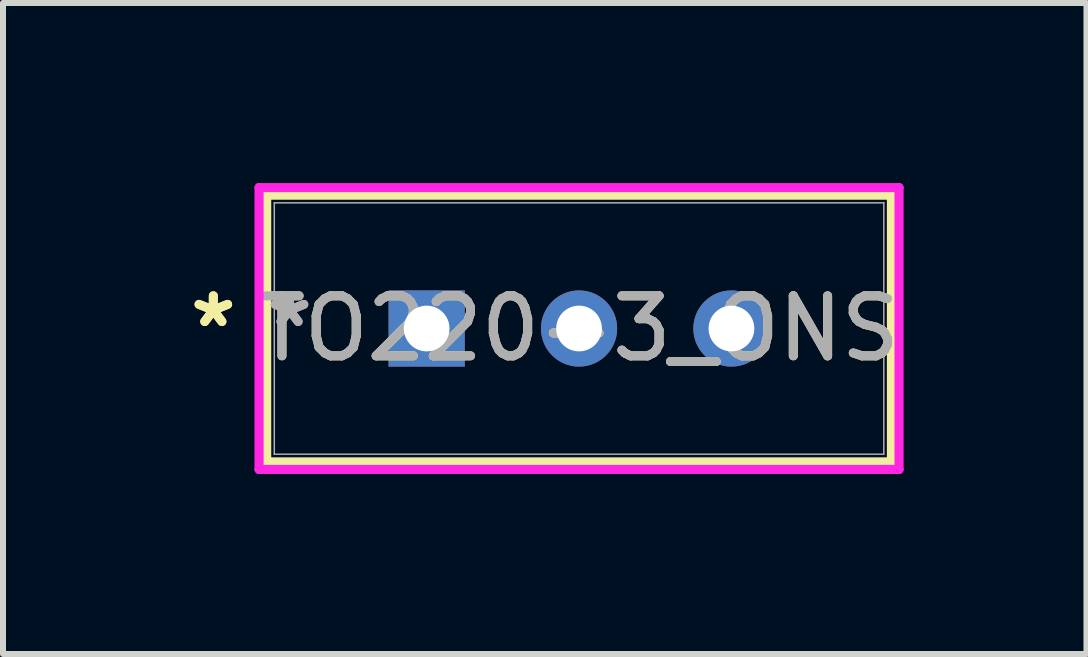
<source format=kicad_pcb>
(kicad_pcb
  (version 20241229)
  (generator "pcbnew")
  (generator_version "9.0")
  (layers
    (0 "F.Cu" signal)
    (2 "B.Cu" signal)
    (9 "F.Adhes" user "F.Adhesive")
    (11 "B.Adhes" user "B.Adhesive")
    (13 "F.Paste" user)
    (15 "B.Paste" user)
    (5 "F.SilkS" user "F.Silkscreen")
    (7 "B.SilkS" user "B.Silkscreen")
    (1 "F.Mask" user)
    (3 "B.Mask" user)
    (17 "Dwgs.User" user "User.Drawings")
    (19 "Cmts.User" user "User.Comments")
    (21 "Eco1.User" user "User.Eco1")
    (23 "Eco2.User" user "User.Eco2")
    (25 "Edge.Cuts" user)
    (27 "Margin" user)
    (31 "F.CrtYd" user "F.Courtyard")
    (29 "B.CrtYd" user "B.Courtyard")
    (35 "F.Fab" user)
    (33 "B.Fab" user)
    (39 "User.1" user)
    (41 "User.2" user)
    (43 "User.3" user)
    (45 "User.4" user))
  (footprint "TO220-3_ONS"
    (layer "F.Cu")
    (at 4.062 2.426)
    (property "Reference" "TO220-3_ONS" (at 2.54 0 0) (unlocked yes) (layer "F.SilkS") (effects (font (size 1 1) (thickness 0.15))))
    (attr through_hole)
    (fp_line (start -2.667 -2.223) (end -2.667 2.223) (stroke (width 0.152) (type solid)) (layer "F.SilkS"))
    (fp_line (start -2.667 2.223) (end 7.747 2.223) (stroke (width 0.152) (type solid)) (layer "F.SilkS"))
    (fp_line (start 7.747 -2.223) (end -2.667 -2.223) (stroke (width 0.152) (type solid)) (layer "F.SilkS"))
    (fp_line (start 7.747 2.223) (end 7.747 -2.223) (stroke (width 0.152) (type solid)) (layer "F.SilkS"))
    (fp_line (start -2.794 -2.349) (end 7.874 -2.349) (stroke (width 0.152) (type solid)) (layer "F.CrtYd"))
    (fp_line (start -2.794 2.349) (end -2.794 -2.349) (stroke (width 0.152) (type solid)) (layer "F.CrtYd"))
    (fp_line (start 7.874 -2.349) (end 7.874 2.349) (stroke (width 0.152) (type solid)) (layer "F.CrtYd"))
    (fp_line (start 7.874 2.349) (end -2.794 2.349) (stroke (width 0.152) (type solid)) (layer "F.CrtYd"))
    (fp_line (start -2.54 -2.095) (end -2.54 2.095) (stroke (width 0.025) (type solid)) (layer "F.Fab"))
    (fp_line (start -2.54 2.095) (end 7.62 2.095) (stroke (width 0.025) (type solid)) (layer "F.Fab"))
    (fp_line (start 7.62 -2.095) (end -2.54 -2.095) (stroke (width 0.025) (type solid)) (layer "F.Fab"))
    (fp_line (start 7.62 2.095) (end 7.62 -2.095) (stroke (width 0.025) (type solid)) (layer "F.Fab"))
    (fp_text user "*" (at -3.556 0 0) (layer "F.SilkS") (effects (font (size 1 1) (thickness 0.15))))
    (fp_text user "*" (at -3.556 0 0) (unlocked yes) (layer "F.SilkS") (effects (font (size 1 1) (thickness 0.15))))
    (fp_text user "*" (at -2.286 0 0) (layer "F.Fab") (effects (font (size 1 1) (thickness 0.15))))
    (fp_text user "${REFERENCE}" (at 2.54 0 0) (unlocked yes) (layer "F.Fab") (effects (font (size 1 1) (thickness 0.15))))
    (fp_text user "*" (at -2.286 0 0) (unlocked yes) (layer "F.Fab") (effects (font (size 1 1) (thickness 0.15))))
    (pad "1" thru_hole rect (at 0 0) (size 1.27 1.27) (drill 0.762) (layers "*.Cu" "*.Mask"))
    (pad "2" thru_hole circle (at 2.54 0) (size 1.27 1.27) (drill 0.762) (layers "*.Cu" "*.Mask"))
    (pad "3" thru_hole circle (at 5.08 0) (size 1.27 1.27) (drill 0.762) (layers "*.Cu" "*.Mask")))
  (gr_rect
    (start -3 -3)
    (end 15.06 7.851)
    (stroke (width 0.1) (type default))
    (fill no)
    (layer "Edge.Cuts")))
</source>
